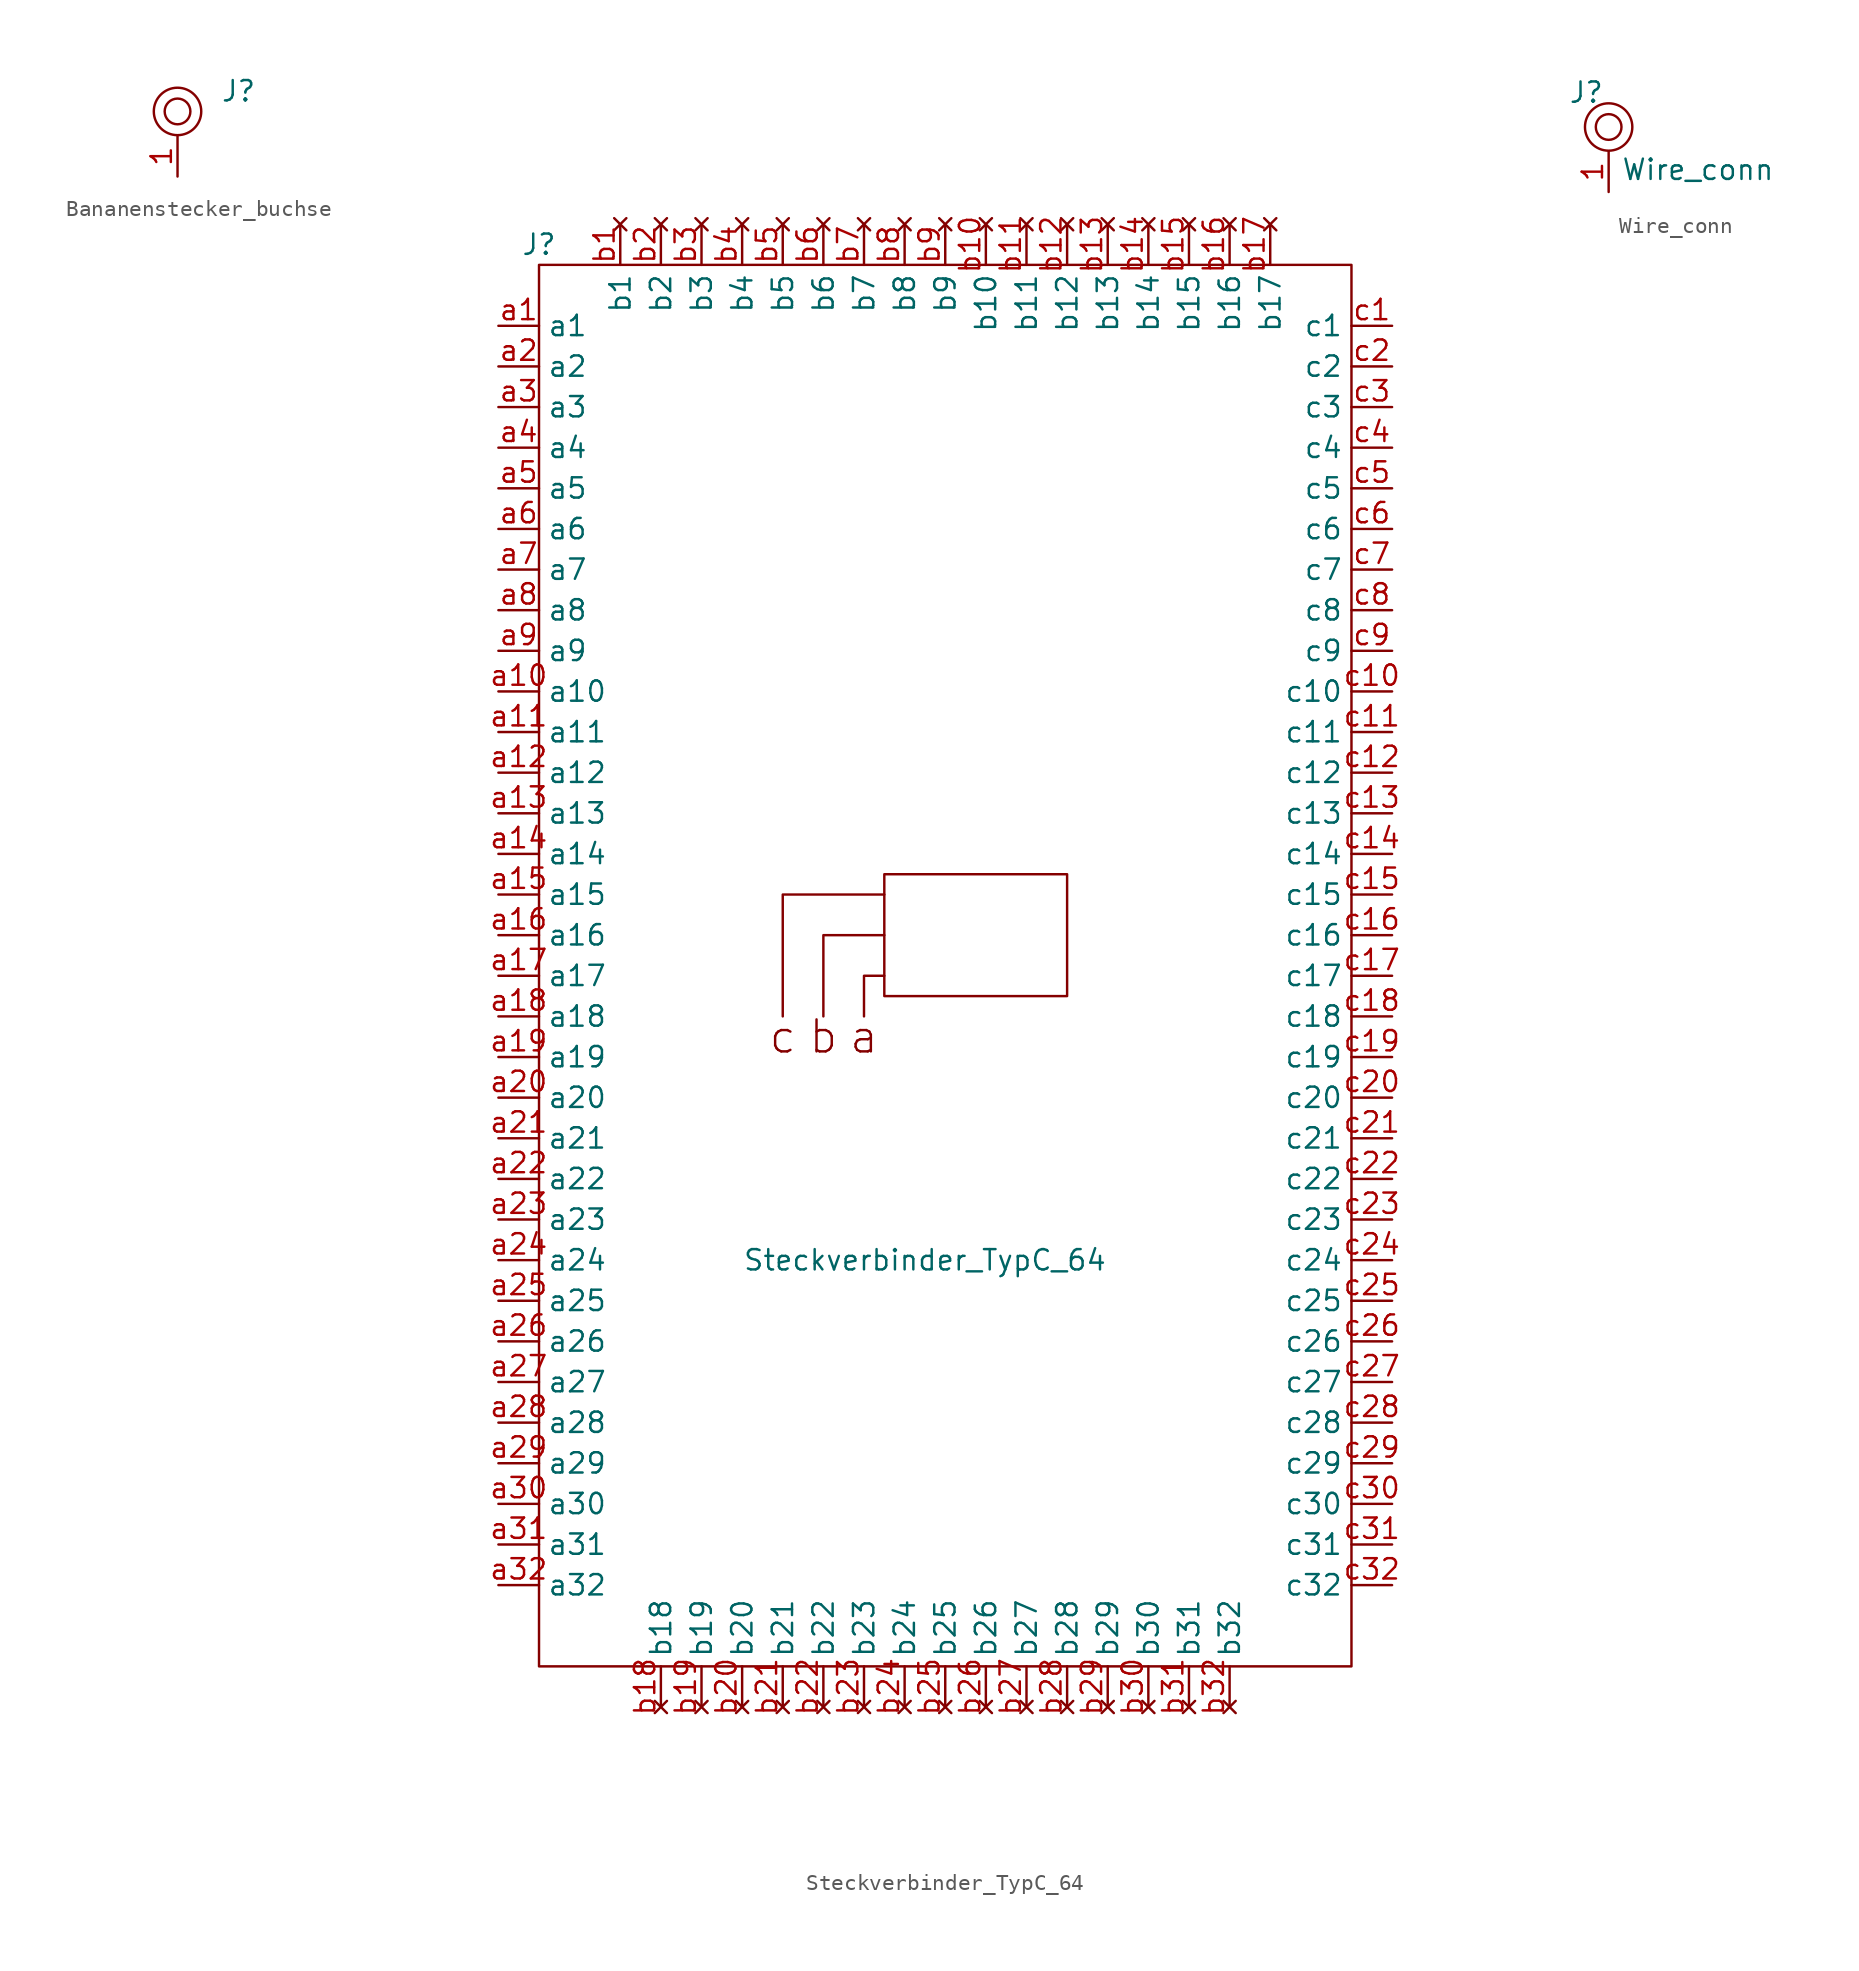
<source format=kicad_sym>
(kicad_symbol_lib
  (version 20211014)
  (generator kicad_symbol_editor)
  (symbol "Bananenstecker_buchse"
    (property "Reference" "J"
      (at 3.81 1.27 0)
      (effects (font (size 1.27 1.27))))
    (symbol "Bananenstecker_buchse_0_1"
      (circle (center 0 0) (radius 0.803) (stroke (width 0) (type default) (color 0 0 0 0)) (fill (type none)))
      (circle (center 0 0) (radius 1.481) (stroke (width 0) (type default) (color 0 0 0 0)) (fill (type none))))
    (symbol "Bananenstecker_buchse_1_1"
      (pin passive line (at 0 -4.064 90) (length 2.54) (name "" (effects (font (size 1.27 1.27)))) (number "1" (effects (font (size 1.27 1.27)))))))
  (symbol "Steckverbinder_TypC_64"
    (property "Reference" "J"
      (at -24.13 43.18 0)
      (effects (font (size 1.27 1.27))))
    (property "Value" "Steckverbinder_TypC_64"
      (at 0 -20.32 0)
      (effects (font (size 1.27 1.27))))
    (symbol "Steckverbinder_TypC_64_0_0"
      (polyline (pts (xy -6.35 -5.08) (xy -6.35 0) (xy -2.54 0)) (stroke (width 0) (type default) (color 0 0 0 0)) (fill (type none)))
      (polyline (pts (xy -2.54 2.54) (xy -8.89 2.54) (xy -8.89 -5.08)) (stroke (width 0) (type default) (color 0 0 0 0)) (fill (type none)))
      (text "a" (at -3.81 -6.35 0) (effects (font (size 2 2))))
      (text "b" (at -6.35 -6.35 0) (effects (font (size 2 2))))
      (text "c" (at -8.89 -6.35 0) (effects (font (size 2 2))))
      (pin passive line (at -26.67 38.1 0) (length 2.54) (name "a1" (effects (font (size 1.27 1.27)))) (number "a1" (effects (font (size 1.27 1.27)))))
      (pin passive line (at -26.67 15.24 0) (length 2.54) (name "a10" (effects (font (size 1.27 1.27)))) (number "a10" (effects (font (size 1.27 1.27)))))
      (pin passive line (at -26.67 12.7 0) (length 2.54) (name "a11" (effects (font (size 1.27 1.27)))) (number "a11" (effects (font (size 1.27 1.27)))))
      (pin passive line (at -26.67 10.16 0) (length 2.54) (name "a12" (effects (font (size 1.27 1.27)))) (number "a12" (effects (font (size 1.27 1.27)))))
      (pin passive line (at -26.67 7.62 0) (length 2.54) (name "a13" (effects (font (size 1.27 1.27)))) (number "a13" (effects (font (size 1.27 1.27)))))
      (pin passive line (at -26.67 5.08 0) (length 2.54) (name "a14" (effects (font (size 1.27 1.27)))) (number "a14" (effects (font (size 1.27 1.27)))))
      (pin passive line (at -26.67 2.54 0) (length 2.54) (name "a15" (effects (font (size 1.27 1.27)))) (number "a15" (effects (font (size 1.27 1.27)))))
      (pin passive line (at -26.67 0 0) (length 2.54) (name "a16" (effects (font (size 1.27 1.27)))) (number "a16" (effects (font (size 1.27 1.27)))))
      (pin passive line (at -26.67 -2.54 0) (length 2.54) (name "a17" (effects (font (size 1.27 1.27)))) (number "a17" (effects (font (size 1.27 1.27)))))
      (pin passive line (at -26.67 -5.08 0) (length 2.54) (name "a18" (effects (font (size 1.27 1.27)))) (number "a18" (effects (font (size 1.27 1.27)))))
      (pin passive line (at -26.67 -7.62 0) (length 2.54) (name "a19" (effects (font (size 1.27 1.27)))) (number "a19" (effects (font (size 1.27 1.27)))))
      (pin passive line (at -26.67 35.56 0) (length 2.54) (name "a2" (effects (font (size 1.27 1.27)))) (number "a2" (effects (font (size 1.27 1.27)))))
      (pin passive line (at -26.67 -10.16 0) (length 2.54) (name "a20" (effects (font (size 1.27 1.27)))) (number "a20" (effects (font (size 1.27 1.27)))))
      (pin passive line (at -26.67 -12.7 0) (length 2.54) (name "a21" (effects (font (size 1.27 1.27)))) (number "a21" (effects (font (size 1.27 1.27)))))
      (pin passive line (at -26.67 -15.24 0) (length 2.54) (name "a22" (effects (font (size 1.27 1.27)))) (number "a22" (effects (font (size 1.27 1.27)))))
      (pin passive line (at -26.67 -17.78 0) (length 2.54) (name "a23" (effects (font (size 1.27 1.27)))) (number "a23" (effects (font (size 1.27 1.27)))))
      (pin passive line (at -26.67 -20.32 0) (length 2.54) (name "a24" (effects (font (size 1.27 1.27)))) (number "a24" (effects (font (size 1.27 1.27)))))
      (pin passive line (at -26.67 -22.86 0) (length 2.54) (name "a25" (effects (font (size 1.27 1.27)))) (number "a25" (effects (font (size 1.27 1.27)))))
      (pin passive line (at -26.67 -25.4 0) (length 2.54) (name "a26" (effects (font (size 1.27 1.27)))) (number "a26" (effects (font (size 1.27 1.27)))))
      (pin passive line (at -26.67 -27.94 0) (length 2.54) (name "a27" (effects (font (size 1.27 1.27)))) (number "a27" (effects (font (size 1.27 1.27)))))
      (pin passive line (at -26.67 -30.48 0) (length 2.54) (name "a28" (effects (font (size 1.27 1.27)))) (number "a28" (effects (font (size 1.27 1.27)))))
      (pin passive line (at -26.67 -33.02 0) (length 2.54) (name "a29" (effects (font (size 1.27 1.27)))) (number "a29" (effects (font (size 1.27 1.27)))))
      (pin passive line (at -26.67 33.02 0) (length 2.54) (name "a3" (effects (font (size 1.27 1.27)))) (number "a3" (effects (font (size 1.27 1.27)))))
      (pin passive line (at -26.67 -35.56 0) (length 2.54) (name "a30" (effects (font (size 1.27 1.27)))) (number "a30" (effects (font (size 1.27 1.27)))))
      (pin passive line (at -26.67 -38.1 0) (length 2.54) (name "a31" (effects (font (size 1.27 1.27)))) (number "a31" (effects (font (size 1.27 1.27)))))
      (pin passive line (at -26.67 -40.64 0) (length 2.54) (name "a32" (effects (font (size 1.27 1.27)))) (number "a32" (effects (font (size 1.27 1.27)))))
      (pin passive line (at -26.67 30.48 0) (length 2.54) (name "a4" (effects (font (size 1.27 1.27)))) (number "a4" (effects (font (size 1.27 1.27)))))
      (pin passive line (at -26.67 27.94 0) (length 2.54) (name "a5" (effects (font (size 1.27 1.27)))) (number "a5" (effects (font (size 1.27 1.27)))))
      (pin passive line (at -26.67 25.4 0) (length 2.54) (name "a6" (effects (font (size 1.27 1.27)))) (number "a6" (effects (font (size 1.27 1.27)))))
      (pin passive line (at -26.67 22.86 0) (length 2.54) (name "a7" (effects (font (size 1.27 1.27)))) (number "a7" (effects (font (size 1.27 1.27)))))
      (pin passive line (at -26.67 20.32 0) (length 2.54) (name "a8" (effects (font (size 1.27 1.27)))) (number "a8" (effects (font (size 1.27 1.27)))))
      (pin passive line (at -26.67 17.78 0) (length 2.54) (name "a9" (effects (font (size 1.27 1.27)))) (number "a9" (effects (font (size 1.27 1.27)))))
      (pin no_connect line (at -19.05 44.45 270) (length 2.54) (name "b1" (effects (font (size 1.27 1.27)))) (number "b1" (effects (font (size 1.27 1.27)))))
      (pin no_connect line (at 3.81 44.45 270) (length 2.54) (name "b10" (effects (font (size 1.27 1.27)))) (number "b10" (effects (font (size 1.27 1.27)))))
      (pin no_connect line (at 6.35 44.45 270) (length 2.54) (name "b11" (effects (font (size 1.27 1.27)))) (number "b11" (effects (font (size 1.27 1.27)))))
      (pin no_connect line (at 8.89 44.45 270) (length 2.54) (name "b12" (effects (font (size 1.27 1.27)))) (number "b12" (effects (font (size 1.27 1.27)))))
      (pin no_connect line (at 11.43 44.45 270) (length 2.54) (name "b13" (effects (font (size 1.27 1.27)))) (number "b13" (effects (font (size 1.27 1.27)))))
      (pin no_connect line (at 13.97 44.45 270) (length 2.54) (name "b14" (effects (font (size 1.27 1.27)))) (number "b14" (effects (font (size 1.27 1.27)))))
      (pin no_connect line (at 16.51 44.45 270) (length 2.54) (name "b15" (effects (font (size 1.27 1.27)))) (number "b15" (effects (font (size 1.27 1.27)))))
      (pin no_connect line (at 19.05 44.45 270) (length 2.54) (name "b16" (effects (font (size 1.27 1.27)))) (number "b16" (effects (font (size 1.27 1.27)))))
      (pin no_connect line (at 21.59 44.45 270) (length 2.54) (name "b17" (effects (font (size 1.27 1.27)))) (number "b17" (effects (font (size 1.27 1.27)))))
      (pin no_connect line (at -16.51 -48.26 90) (length 2.54) (name "b18" (effects (font (size 1.27 1.27)))) (number "b18" (effects (font (size 1.27 1.27)))))
      (pin no_connect line (at -13.97 -48.26 90) (length 2.54) (name "b19" (effects (font (size 1.27 1.27)))) (number "b19" (effects (font (size 1.27 1.27)))))
      (pin no_connect line (at -16.51 44.45 270) (length 2.54) (name "b2" (effects (font (size 1.27 1.27)))) (number "b2" (effects (font (size 1.27 1.27)))))
      (pin no_connect line (at -11.43 -48.26 90) (length 2.54) (name "b20" (effects (font (size 1.27 1.27)))) (number "b20" (effects (font (size 1.27 1.27)))))
      (pin no_connect line (at -8.89 -48.26 90) (length 2.54) (name "b21" (effects (font (size 1.27 1.27)))) (number "b21" (effects (font (size 1.27 1.27)))))
      (pin no_connect line (at -6.35 -48.26 90) (length 2.54) (name "b22" (effects (font (size 1.27 1.27)))) (number "b22" (effects (font (size 1.27 1.27)))))
      (pin no_connect line (at -3.81 -48.26 90) (length 2.54) (name "b23" (effects (font (size 1.27 1.27)))) (number "b23" (effects (font (size 1.27 1.27)))))
      (pin no_connect line (at -1.27 -48.26 90) (length 2.54) (name "b24" (effects (font (size 1.27 1.27)))) (number "b24" (effects (font (size 1.27 1.27)))))
      (pin no_connect line (at 1.27 -48.26 90) (length 2.54) (name "b25" (effects (font (size 1.27 1.27)))) (number "b25" (effects (font (size 1.27 1.27)))))
      (pin no_connect line (at 3.81 -48.26 90) (length 2.54) (name "b26" (effects (font (size 1.27 1.27)))) (number "b26" (effects (font (size 1.27 1.27)))))
      (pin no_connect line (at 6.35 -48.26 90) (length 2.54) (name "b27" (effects (font (size 1.27 1.27)))) (number "b27" (effects (font (size 1.27 1.27)))))
      (pin no_connect line (at 8.89 -48.26 90) (length 2.54) (name "b28" (effects (font (size 1.27 1.27)))) (number "b28" (effects (font (size 1.27 1.27)))))
      (pin no_connect line (at 11.43 -48.26 90) (length 2.54) (name "b29" (effects (font (size 1.27 1.27)))) (number "b29" (effects (font (size 1.27 1.27)))))
      (pin no_connect line (at -13.97 44.45 270) (length 2.54) (name "b3" (effects (font (size 1.27 1.27)))) (number "b3" (effects (font (size 1.27 1.27)))))
      (pin no_connect line (at 13.97 -48.26 90) (length 2.54) (name "b30" (effects (font (size 1.27 1.27)))) (number "b30" (effects (font (size 1.27 1.27)))))
      (pin no_connect line (at 16.51 -48.26 90) (length 2.54) (name "b31" (effects (font (size 1.27 1.27)))) (number "b31" (effects (font (size 1.27 1.27)))))
      (pin no_connect line (at 19.05 -48.26 90) (length 2.54) (name "b32" (effects (font (size 1.27 1.27)))) (number "b32" (effects (font (size 1.27 1.27)))))
      (pin no_connect line (at -11.43 44.45 270) (length 2.54) (name "b4" (effects (font (size 1.27 1.27)))) (number "b4" (effects (font (size 1.27 1.27)))))
      (pin no_connect line (at -8.89 44.45 270) (length 2.54) (name "b5" (effects (font (size 1.27 1.27)))) (number "b5" (effects (font (size 1.27 1.27)))))
      (pin no_connect line (at -6.35 44.45 270) (length 2.54) (name "b6" (effects (font (size 1.27 1.27)))) (number "b6" (effects (font (size 1.27 1.27)))))
      (pin no_connect line (at -3.81 44.45 270) (length 2.54) (name "b7" (effects (font (size 1.27 1.27)))) (number "b7" (effects (font (size 1.27 1.27)))))
      (pin no_connect line (at -1.27 44.45 270) (length 2.54) (name "b8" (effects (font (size 1.27 1.27)))) (number "b8" (effects (font (size 1.27 1.27)))))
      (pin no_connect line (at 1.27 44.45 270) (length 2.54) (name "b9" (effects (font (size 1.27 1.27)))) (number "b9" (effects (font (size 1.27 1.27)))))
      (pin passive line (at 29.21 38.1 180) (length 2.54) (name "c1" (effects (font (size 1.27 1.27)))) (number "c1" (effects (font (size 1.27 1.27)))))
      (pin passive line (at 29.21 15.24 180) (length 2.54) (name "c10" (effects (font (size 1.27 1.27)))) (number "c10" (effects (font (size 1.27 1.27)))))
      (pin passive line (at 29.21 12.7 180) (length 2.54) (name "c11" (effects (font (size 1.27 1.27)))) (number "c11" (effects (font (size 1.27 1.27)))))
      (pin passive line (at 29.21 10.16 180) (length 2.54) (name "c12" (effects (font (size 1.27 1.27)))) (number "c12" (effects (font (size 1.27 1.27)))))
      (pin passive line (at 29.21 7.62 180) (length 2.54) (name "c13" (effects (font (size 1.27 1.27)))) (number "c13" (effects (font (size 1.27 1.27)))))
      (pin passive line (at 29.21 5.08 180) (length 2.54) (name "c14" (effects (font (size 1.27 1.27)))) (number "c14" (effects (font (size 1.27 1.27)))))
      (pin passive line (at 29.21 2.54 180) (length 2.54) (name "c15" (effects (font (size 1.27 1.27)))) (number "c15" (effects (font (size 1.27 1.27)))))
      (pin passive line (at 29.21 0 180) (length 2.54) (name "c16" (effects (font (size 1.27 1.27)))) (number "c16" (effects (font (size 1.27 1.27)))))
      (pin passive line (at 29.21 -2.54 180) (length 2.54) (name "c17" (effects (font (size 1.27 1.27)))) (number "c17" (effects (font (size 1.27 1.27)))))
      (pin passive line (at 29.21 -5.08 180) (length 2.54) (name "c18" (effects (font (size 1.27 1.27)))) (number "c18" (effects (font (size 1.27 1.27)))))
      (pin passive line (at 29.21 -7.62 180) (length 2.54) (name "c19" (effects (font (size 1.27 1.27)))) (number "c19" (effects (font (size 1.27 1.27)))))
      (pin passive line (at 29.21 35.56 180) (length 2.54) (name "c2" (effects (font (size 1.27 1.27)))) (number "c2" (effects (font (size 1.27 1.27)))))
      (pin passive line (at 29.21 -10.16 180) (length 2.54) (name "c20" (effects (font (size 1.27 1.27)))) (number "c20" (effects (font (size 1.27 1.27)))))
      (pin passive line (at 29.21 -12.7 180) (length 2.54) (name "c21" (effects (font (size 1.27 1.27)))) (number "c21" (effects (font (size 1.27 1.27)))))
      (pin passive line (at 29.21 -15.24 180) (length 2.54) (name "c22" (effects (font (size 1.27 1.27)))) (number "c22" (effects (font (size 1.27 1.27)))))
      (pin passive line (at 29.21 -17.78 180) (length 2.54) (name "c23" (effects (font (size 1.27 1.27)))) (number "c23" (effects (font (size 1.27 1.27)))))
      (pin passive line (at 29.21 -20.32 180) (length 2.54) (name "c24" (effects (font (size 1.27 1.27)))) (number "c24" (effects (font (size 1.27 1.27)))))
      (pin passive line (at 29.21 -22.86 180) (length 2.54) (name "c25" (effects (font (size 1.27 1.27)))) (number "c25" (effects (font (size 1.27 1.27)))))
      (pin passive line (at 29.21 -25.4 180) (length 2.54) (name "c26" (effects (font (size 1.27 1.27)))) (number "c26" (effects (font (size 1.27 1.27)))))
      (pin passive line (at 29.21 -27.94 180) (length 2.54) (name "c27" (effects (font (size 1.27 1.27)))) (number "c27" (effects (font (size 1.27 1.27)))))
      (pin passive line (at 29.21 -30.48 180) (length 2.54) (name "c28" (effects (font (size 1.27 1.27)))) (number "c28" (effects (font (size 1.27 1.27)))))
      (pin passive line (at 29.21 -33.02 180) (length 2.54) (name "c29" (effects (font (size 1.27 1.27)))) (number "c29" (effects (font (size 1.27 1.27)))))
      (pin passive line (at 29.21 33.02 180) (length 2.54) (name "c3" (effects (font (size 1.27 1.27)))) (number "c3" (effects (font (size 1.27 1.27)))))
      (pin passive line (at 29.21 -35.56 180) (length 2.54) (name "c30" (effects (font (size 1.27 1.27)))) (number "c30" (effects (font (size 1.27 1.27)))))
      (pin passive line (at 29.21 -38.1 180) (length 2.54) (name "c31" (effects (font (size 1.27 1.27)))) (number "c31" (effects (font (size 1.27 1.27)))))
      (pin passive line (at 29.21 -40.64 180) (length 2.54) (name "c32" (effects (font (size 1.27 1.27)))) (number "c32" (effects (font (size 1.27 1.27)))))
      (pin passive line (at 29.21 30.48 180) (length 2.54) (name "c4" (effects (font (size 1.27 1.27)))) (number "c4" (effects (font (size 1.27 1.27)))))
      (pin passive line (at 29.21 27.94 180) (length 2.54) (name "c5" (effects (font (size 1.27 1.27)))) (number "c5" (effects (font (size 1.27 1.27)))))
      (pin passive line (at 29.21 25.4 180) (length 2.54) (name "c6" (effects (font (size 1.27 1.27)))) (number "c6" (effects (font (size 1.27 1.27)))))
      (pin passive line (at 29.21 22.86 180) (length 2.54) (name "c7" (effects (font (size 1.27 1.27)))) (number "c7" (effects (font (size 1.27 1.27)))))
      (pin passive line (at 29.21 20.32 180) (length 2.54) (name "c8" (effects (font (size 1.27 1.27)))) (number "c8" (effects (font (size 1.27 1.27)))))
      (pin passive line (at 29.21 17.78 180) (length 2.54) (name "c9" (effects (font (size 1.27 1.27)))) (number "c9" (effects (font (size 1.27 1.27))))))
    (symbol "Steckverbinder_TypC_64_0_1"
      (rectangle (start -24.13 41.91) (end 26.67 -45.72) (stroke (width 0) (type default) (color 0 0 0 0)) (fill (type none)))
      (rectangle (start -2.54 3.81) (end 8.89 -3.81) (stroke (width 0) (type default) (color 0 0 0 0)) (fill (type none)))
      (polyline (pts (xy -2.54 -2.54) (xy -3.81 -2.54) (xy -3.81 -5.08)) (stroke (width 0) (type default) (color 0 0 0 0)) (fill (type none)))))
  (symbol "Wire_conn"
    (property "Reference" "J"
      (at -1.397 3.683 0)
      (effects (font (size 1.27 1.27))))
    (property "Value" "Wire_conn"
      (at 5.588 -1.143 0)
      (effects (font (size 1.27 1.27))))
    (symbol "Wire_conn_0_1"
      (circle (center 0 1.524) (radius 0.803) (stroke (width 0) (type default) (color 0 0 0 0)) (fill (type none)))
      (circle (center 0 1.524) (radius 1.481) (stroke (width 0) (type default) (color 0 0 0 0)) (fill (type none))))
    (symbol "Wire_conn_1_1"
      (pin passive line (at 0 -2.54 90) (length 2.54) (name "" (effects (font (size 1.27 1.27)))) (number "1" (effects (font (size 1.27 1.27))))))))
</source>
